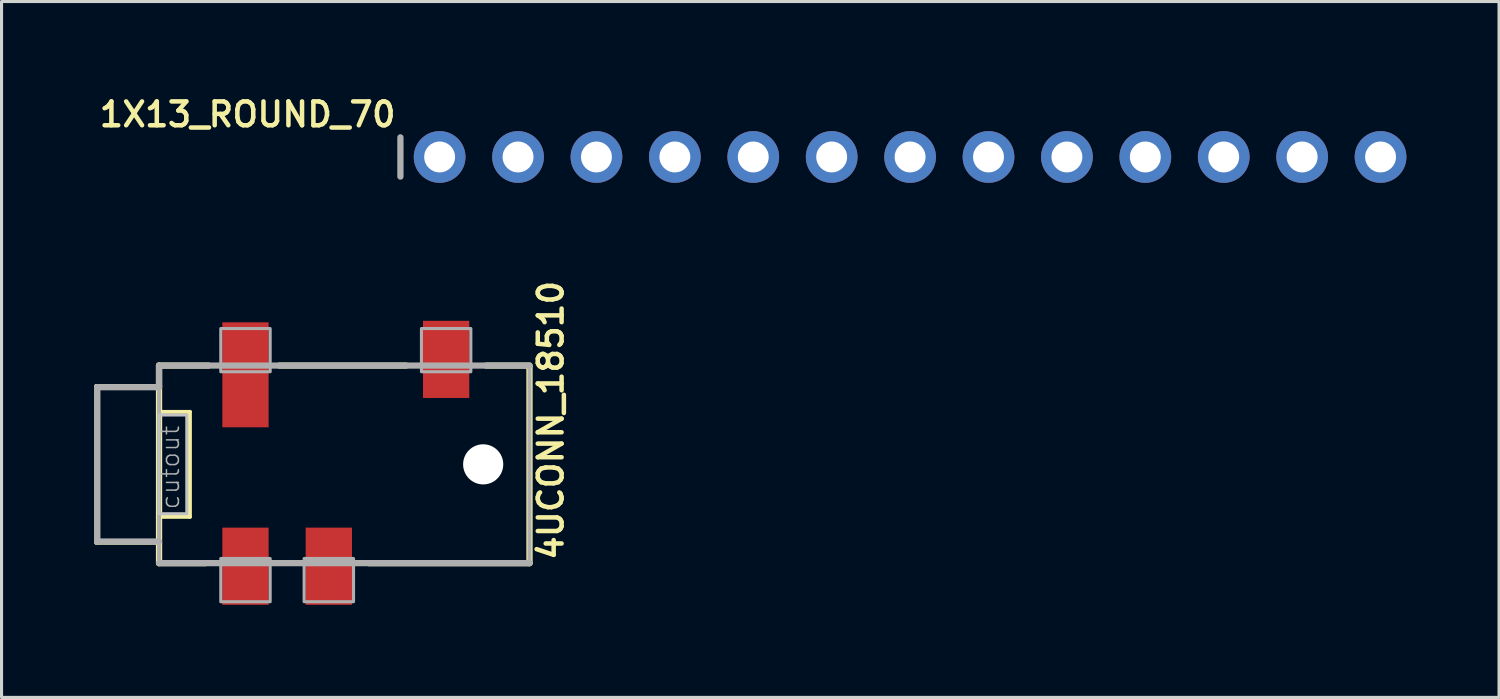
<source format=kicad_pcb>
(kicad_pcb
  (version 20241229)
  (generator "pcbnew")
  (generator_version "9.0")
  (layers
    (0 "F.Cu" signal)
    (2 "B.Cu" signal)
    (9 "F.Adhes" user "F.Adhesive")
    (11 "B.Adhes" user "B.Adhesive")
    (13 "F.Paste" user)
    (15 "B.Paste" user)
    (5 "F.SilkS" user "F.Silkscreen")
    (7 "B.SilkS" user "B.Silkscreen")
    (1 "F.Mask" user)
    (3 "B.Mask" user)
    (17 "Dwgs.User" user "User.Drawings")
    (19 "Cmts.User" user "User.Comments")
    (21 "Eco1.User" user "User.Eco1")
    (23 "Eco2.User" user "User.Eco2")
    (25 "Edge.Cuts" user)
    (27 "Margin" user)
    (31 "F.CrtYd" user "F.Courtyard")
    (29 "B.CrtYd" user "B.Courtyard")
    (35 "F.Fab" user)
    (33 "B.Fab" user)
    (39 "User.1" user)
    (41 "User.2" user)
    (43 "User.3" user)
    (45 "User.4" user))
  (footprint "4UCONN_18510"
    (layer "F.Cu")
    (at 2.102 11.992)
    (property "Reference" "4UCONN_18510" (at 13.142 3.174 90) (layer "F.SilkS") (effects (font (size 0.772 0.772) (thickness 0.146)) (justify left bottom)))
    (attr through_hole)
    (fp_line (start -2.032 -2.54) (end -2.032 2.54) (stroke (width 0.127) (type solid)) (layer "F.SilkS"))
    (fp_line (start -2.032 2.54) (end 0 2.54) (stroke (width 0.127) (type solid)) (layer "F.SilkS"))
    (fp_line (start 0 -3.2) (end 1.6 -3.2) (stroke (width 0.203) (type solid)) (layer "F.SilkS"))
    (fp_line (start 0 -2.54) (end -2.032 -2.54) (stroke (width 0.127) (type solid)) (layer "F.SilkS"))
    (fp_line (start 0 -2.54) (end 0 -3.2) (stroke (width 0.203) (type solid)) (layer "F.SilkS"))
    (fp_line (start 0 -1.7) (end 0 -2.54) (stroke (width 0.203) (type solid)) (layer "F.SilkS"))
    (fp_line (start 0 -1.7) (end 1 -1.7) (stroke (width 0.127) (type solid)) (layer "F.SilkS"))
    (fp_line (start 0 1.7) (end 0 -1.7) (stroke (width 0.203) (type solid)) (layer "F.SilkS"))
    (fp_line (start 0 2.54) (end 0 1.7) (stroke (width 0.203) (type solid)) (layer "F.SilkS"))
    (fp_line (start 0 3.2) (end 0 2.54) (stroke (width 0.203) (type solid)) (layer "F.SilkS"))
    (fp_line (start 0 3.2) (end 1.5 3.2) (stroke (width 0.203) (type solid)) (layer "F.SilkS"))
    (fp_line (start 1 -1.7) (end 1 1.7) (stroke (width 0.127) (type solid)) (layer "F.SilkS"))
    (fp_line (start 1 1.7) (end 0 1.7) (stroke (width 0.127) (type solid)) (layer "F.SilkS"))
    (fp_line (start 3.9 -3.2) (end 8 -3.2) (stroke (width 0.203) (type solid)) (layer "F.SilkS"))
    (fp_line (start 6.8 3.2) (end 12 3.2) (stroke (width 0.203) (type solid)) (layer "F.SilkS"))
    (fp_line (start 12 -3.2) (end 10.6 -3.2) (stroke (width 0.203) (type solid)) (layer "F.SilkS"))
    (fp_line (start 12 -3.15) (end 12 3.2) (stroke (width 0.203) (type solid)) (layer "F.SilkS"))
    (fp_poly (pts (xy 0 1.6) (xy 0.9 1.6) (xy 0.9 -1.6) (xy 0 -1.6)) (stroke (width 0.1) (type solid)) (fill no) (layer "Dwgs.User"))
    (fp_line (start -2 -2.5) (end -2 2.5) (stroke (width 0.203) (type solid)) (layer "F.Fab"))
    (fp_line (start -2 -2.5) (end 0 -2.5) (stroke (width 0.203) (type solid)) (layer "F.Fab"))
    (fp_line (start -2 2.5) (end 0 2.5) (stroke (width 0.203) (type solid)) (layer "F.Fab"))
    (fp_line (start 0 -3.2) (end 12 -3.2) (stroke (width 0.203) (type solid)) (layer "F.Fab"))
    (fp_line (start 0 -2.5) (end 0 -3.2) (stroke (width 0.203) (type solid)) (layer "F.Fab"))
    (fp_line (start 0 2.5) (end 0 -2.5) (stroke (width 0.127) (type solid)) (layer "F.Fab"))
    (fp_line (start 0 3.2) (end 0 2.5) (stroke (width 0.127) (type solid)) (layer "F.Fab"))
    (fp_line (start 12 -3.2) (end 12 3.2) (stroke (width 0.127) (type solid)) (layer "F.Fab"))
    (fp_line (start 12 3.2) (end 0 3.2) (stroke (width 0.203) (type solid)) (layer "F.Fab"))
    (fp_poly (pts (xy 2 -3) (xy 3.6 -3) (xy 3.6 -4.4) (xy 2 -4.4)) (stroke (width 0.1) (type solid)) (fill no) (layer "F.Fab"))
    (fp_poly (pts (xy 2 4.45) (xy 3.6 4.45) (xy 3.6 3.05) (xy 2 3.05)) (stroke (width 0.1) (type solid)) (fill no) (layer "F.Fab"))
    (fp_poly (pts (xy 4.7 4.45) (xy 6.3 4.45) (xy 6.3 3.05) (xy 4.7 3.05)) (stroke (width 0.1) (type solid)) (fill no) (layer "F.Fab"))
    (fp_poly (pts (xy 8.5 -3) (xy 10.1 -3) (xy 10.1 -4.4) (xy 8.5 -4.4)) (stroke (width 0.1) (type solid)) (fill no) (layer "F.Fab"))
    (fp_text user "cutout" (at 0.7 1.5 90) (layer "F.Fab") (effects (font (size 0.579 0.579) (thickness 0.049)) (justify left bottom)))
    (pad "" np_thru_hole circle (at 10.5 0) (size 1.3 1.3) (drill 1.3) (layers "*.Cu" "*.Mask"))
    (pad "1-GND" smd rect (at 2.8 3.3) (size 1.5 2.5) (layers "F.Cu" "F.Mask" "F.Paste"))
    (pad "2-TIP" smd rect (at 9.3 -3.4) (size 1.5 2.5) (layers "F.Cu" "F.Mask" "F.Paste"))
    (pad "3-OUTER_SLEEVE" smd rect (at 5.5 3.3) (size 1.5 2.5) (layers "F.Cu" "F.Mask" "F.Paste"))
    (pad "4-INNER_SLEEVE" smd rect (at 2.8 -2.9) (size 1.5 3.4) (layers "F.Cu" "F.Mask" "F.Paste")))
  (footprint "1X13_ROUND_70"
    (layer "F.Cu")
    (at 26.431 2.035)
    (property "Reference" "1X13_ROUND_70" (at -16.586 -1.829 0) (layer "F.SilkS") (effects (font (size 0.772 0.772) (thickness 0.146)) (justify right top)))
    (attr through_hole)
    (fp_line (start -16.51 -0.635) (end -16.51 0.635) (stroke (width 0.203) (type solid)) (layer "F.Fab"))
    (fp_poly (pts (xy -15.494 0.254) (xy -14.986 0.254) (xy -14.986 -0.254) (xy -15.494 -0.254)) (stroke (width 0.1) (type solid)) (fill no) (layer "F.Fab"))
    (fp_poly (pts (xy -12.954 0.254) (xy -12.446 0.254) (xy -12.446 -0.254) (xy -12.954 -0.254)) (stroke (width 0.1) (type solid)) (fill no) (layer "F.Fab"))
    (fp_poly (pts (xy -10.414 0.254) (xy -9.906 0.254) (xy -9.906 -0.254) (xy -10.414 -0.254)) (stroke (width 0.1) (type solid)) (fill no) (layer "F.Fab"))
    (fp_poly (pts (xy -7.874 0.254) (xy -7.366 0.254) (xy -7.366 -0.254) (xy -7.874 -0.254)) (stroke (width 0.1) (type solid)) (fill no) (layer "F.Fab"))
    (fp_poly (pts (xy -5.334 0.254) (xy -4.826 0.254) (xy -4.826 -0.254) (xy -5.334 -0.254)) (stroke (width 0.1) (type solid)) (fill no) (layer "F.Fab"))
    (fp_poly (pts (xy -2.794 0.254) (xy -2.286 0.254) (xy -2.286 -0.254) (xy -2.794 -0.254)) (stroke (width 0.1) (type solid)) (fill no) (layer "F.Fab"))
    (fp_poly (pts (xy -0.254 0.254) (xy 0.254 0.254) (xy 0.254 -0.254) (xy -0.254 -0.254)) (stroke (width 0.1) (type solid)) (fill no) (layer "F.Fab"))
    (fp_poly (pts (xy 2.286 0.254) (xy 2.794 0.254) (xy 2.794 -0.254) (xy 2.286 -0.254)) (stroke (width 0.1) (type solid)) (fill no) (layer "F.Fab"))
    (fp_poly (pts (xy 4.826 0.254) (xy 5.334 0.254) (xy 5.334 -0.254) (xy 4.826 -0.254)) (stroke (width 0.1) (type solid)) (fill no) (layer "F.Fab"))
    (fp_poly (pts (xy 7.366 0.254) (xy 7.874 0.254) (xy 7.874 -0.254) (xy 7.366 -0.254)) (stroke (width 0.1) (type solid)) (fill no) (layer "F.Fab"))
    (fp_poly (pts (xy 9.906 0.254) (xy 10.414 0.254) (xy 10.414 -0.254) (xy 9.906 -0.254)) (stroke (width 0.1) (type solid)) (fill no) (layer "F.Fab"))
    (fp_poly (pts (xy 12.446 0.254) (xy 12.954 0.254) (xy 12.954 -0.254) (xy 12.446 -0.254)) (stroke (width 0.1) (type solid)) (fill no) (layer "F.Fab"))
    (fp_poly (pts (xy 14.986 0.254) (xy 15.494 0.254) (xy 15.494 -0.254) (xy 14.986 -0.254)) (stroke (width 0.1) (type solid)) (fill no) (layer "F.Fab"))
    (pad "1" thru_hole circle (at -15.24 0 90) (size 1.676 1.676) (drill 1) (layers "*.Cu" "*.Mask"))
    (pad "2" thru_hole circle (at -12.7 0 90) (size 1.676 1.676) (drill 1) (layers "*.Cu" "*.Mask"))
    (pad "3" thru_hole circle (at -10.16 0 90) (size 1.676 1.676) (drill 1) (layers "*.Cu" "*.Mask"))
    (pad "4" thru_hole circle (at -7.62 0 90) (size 1.676 1.676) (drill 1) (layers "*.Cu" "*.Mask"))
    (pad "5" thru_hole circle (at -5.08 0 90) (size 1.676 1.676) (drill 1) (layers "*.Cu" "*.Mask"))
    (pad "6" thru_hole circle (at -2.54 0 90) (size 1.676 1.676) (drill 1) (layers "*.Cu" "*.Mask"))
    (pad "7" thru_hole circle (at 0 0 90) (size 1.676 1.676) (drill 1) (layers "*.Cu" "*.Mask"))
    (pad "8" thru_hole circle (at 2.54 0 90) (size 1.676 1.676) (drill 1) (layers "*.Cu" "*.Mask"))
    (pad "9" thru_hole circle (at 5.08 0 90) (size 1.676 1.676) (drill 1) (layers "*.Cu" "*.Mask"))
    (pad "10" thru_hole circle (at 7.62 0 90) (size 1.676 1.676) (drill 1) (layers "*.Cu" "*.Mask"))
    (pad "11" thru_hole circle (at 10.16 0 90) (size 1.676 1.676) (drill 1) (layers "*.Cu" "*.Mask"))
    (pad "12" thru_hole circle (at 12.7 0 90) (size 1.676 1.676) (drill 1) (layers "*.Cu" "*.Mask"))
    (pad "13" thru_hole circle (at 15.24 0 90) (size 1.676 1.676) (drill 1) (layers "*.Cu" "*.Mask")))
  (gr_rect
    (start -3 -3)
    (end 45.509 19.542)
    (stroke (width 0.1) (type default))
    (fill no)
    (layer "Edge.Cuts")))
</source>
